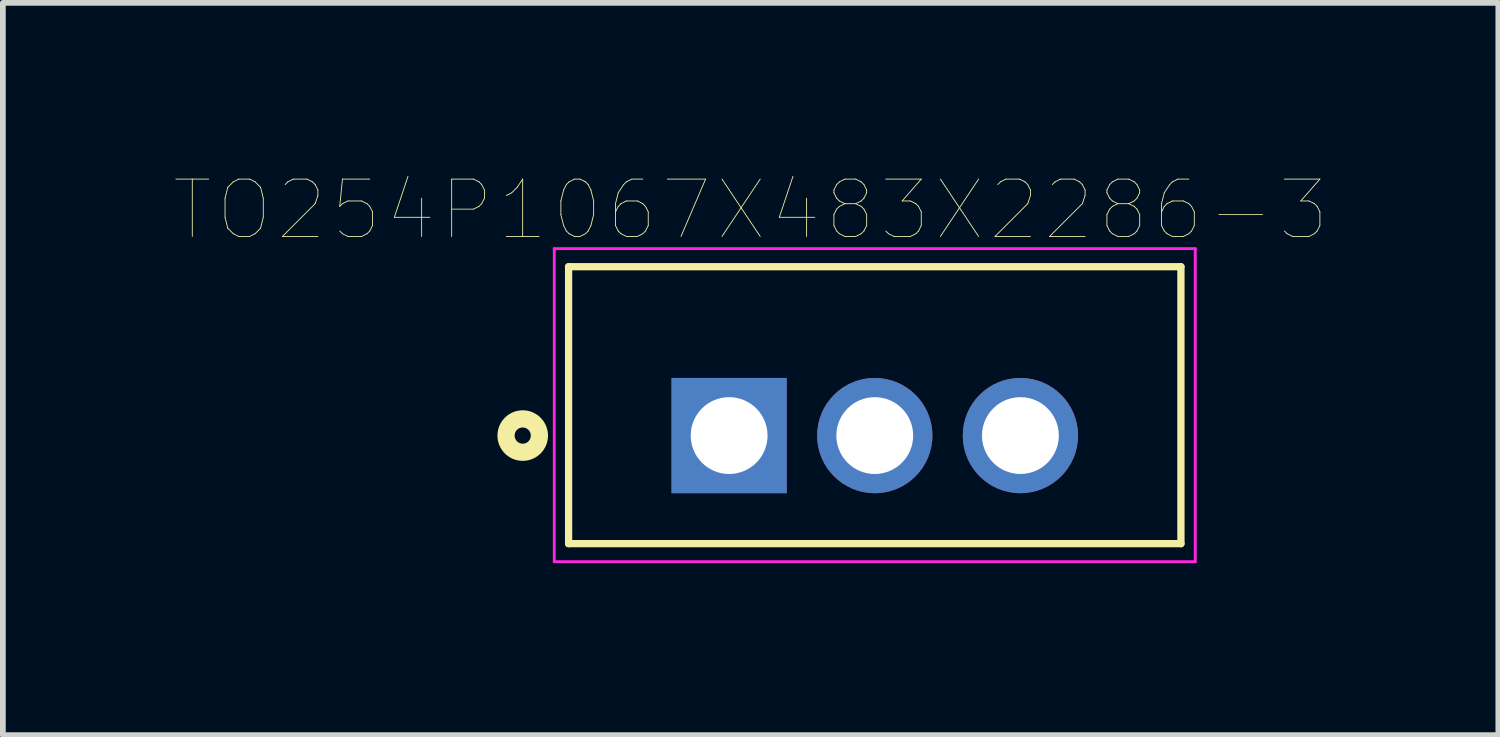
<source format=kicad_pcb>
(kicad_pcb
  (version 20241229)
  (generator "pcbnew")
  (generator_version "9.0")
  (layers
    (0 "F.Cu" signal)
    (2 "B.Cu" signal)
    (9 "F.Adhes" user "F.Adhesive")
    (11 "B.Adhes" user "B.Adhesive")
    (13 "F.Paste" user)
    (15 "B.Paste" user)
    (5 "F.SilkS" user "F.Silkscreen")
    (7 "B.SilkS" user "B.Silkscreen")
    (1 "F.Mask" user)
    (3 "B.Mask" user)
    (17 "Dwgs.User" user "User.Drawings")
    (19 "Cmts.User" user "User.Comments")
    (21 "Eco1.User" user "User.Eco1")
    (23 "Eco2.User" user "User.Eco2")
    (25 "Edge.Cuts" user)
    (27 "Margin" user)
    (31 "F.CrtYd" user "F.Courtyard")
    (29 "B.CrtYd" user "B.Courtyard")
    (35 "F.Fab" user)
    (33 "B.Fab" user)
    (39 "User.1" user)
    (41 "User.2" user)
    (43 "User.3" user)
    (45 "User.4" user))
  (footprint "TO254P1067X483X2286-3"
    (layer "F.Cu")
    (at 9.667 4.547)
    (property "Reference" "TO254P1067X483X2286-3" (at 0.375 -3.935 0) (layer "F.SilkS") (effects (font (size 1 1) (thickness 0.015))))
    (attr through_hole)
    (fp_line (start -2.8 -2.945) (end 7.88 -2.945) (stroke (width 0.127) (type solid)) (layer "F.SilkS"))
    (fp_line (start -2.8 1.885) (end -2.8 -2.945) (stroke (width 0.127) (type solid)) (layer "F.SilkS"))
    (fp_line (start 7.88 -2.945) (end 7.88 1.885) (stroke (width 0.127) (type solid)) (layer "F.SilkS"))
    (fp_line (start 7.88 1.885) (end -2.8 1.885) (stroke (width 0.127) (type solid)) (layer "F.SilkS"))
    (fp_circle (center -3.6 0) (end -3.459 0) (stroke (width 0.3) (type solid)) (fill no) (layer "F.SilkS"))
    (fp_line (start -3.05 -3.26) (end 8.13 -3.26) (stroke (width 0.05) (type solid)) (layer "F.CrtYd"))
    (fp_line (start -3.05 2.2) (end -3.05 -3.26) (stroke (width 0.05) (type solid)) (layer "F.CrtYd"))
    (fp_line (start 8.13 -3.26) (end 8.13 2.2) (stroke (width 0.05) (type solid)) (layer "F.CrtYd"))
    (fp_line (start 8.13 2.2) (end -3.05 2.2) (stroke (width 0.05) (type solid)) (layer "F.CrtYd"))
    (pad "1" thru_hole rect (at 0 0) (size 2.01 2.01) (drill 1.34) (layers "*.Cu" "*.Mask"))
    (pad "2" thru_hole circle (at 2.54 0) (size 2.01 2.01) (drill 1.34) (layers "*.Cu" "*.Mask"))
    (pad "3" thru_hole circle (at 5.08 0) (size 2.01 2.01) (drill 1.34) (layers "*.Cu" "*.Mask")))
  (gr_rect
    (start -3 -3)
    (end 23.083 9.772)
    (stroke (width 0.1) (type default))
    (fill no)
    (layer "Edge.Cuts")))
</source>
